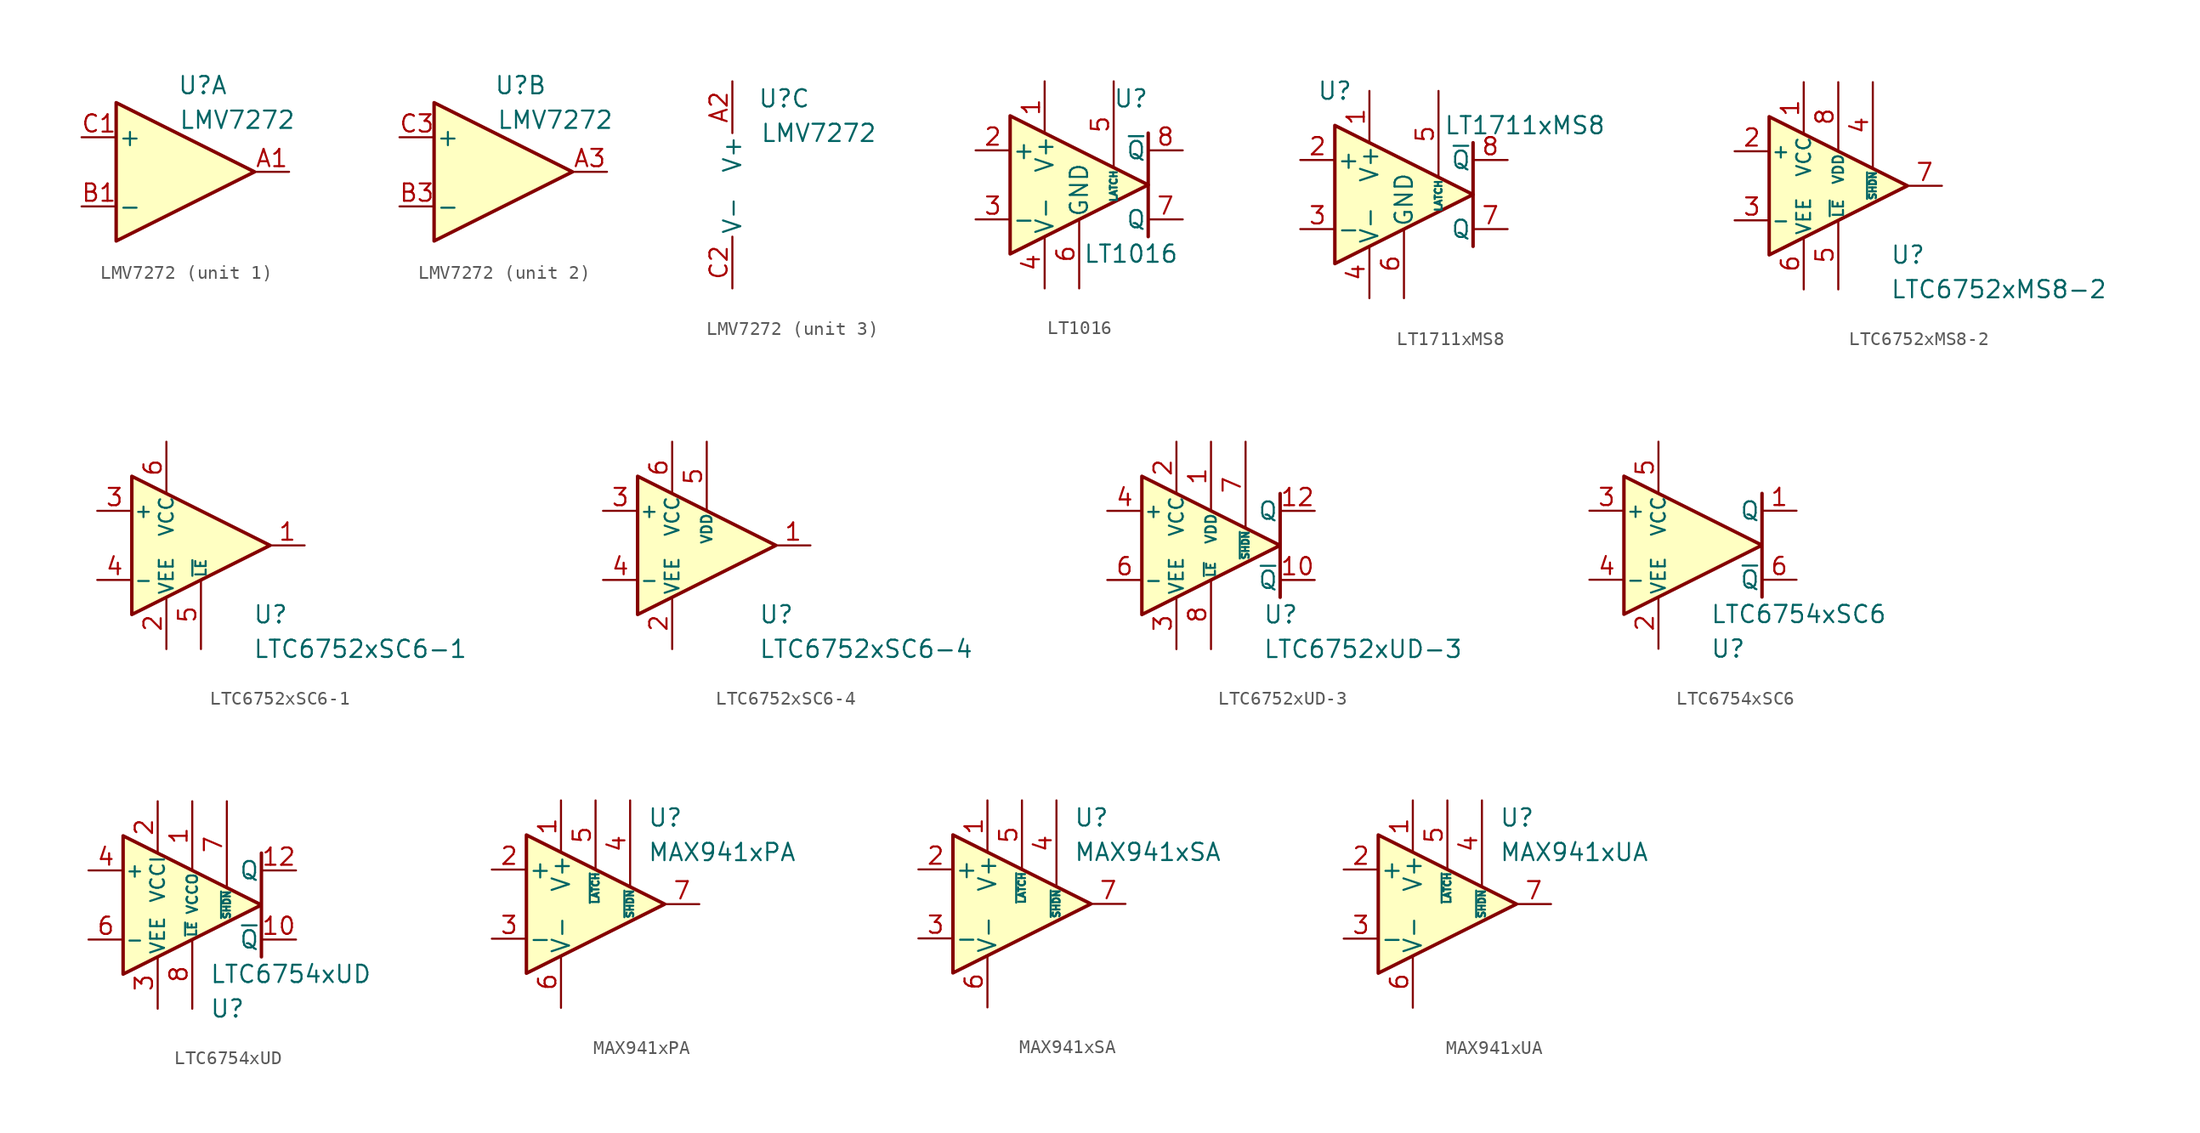
<source format=kicad_sym>
(kicad_symbol_lib
  (version 20201005)
  (generator kicad_symbol_editor)
  (symbol "Comparator:LMV7272"
    (pin_names
      (offset 0.127))
    (property "Reference" "U"
      (at 1.27 6.35 0)
      (effects (font (size 1.27 1.27))))
    (property "Value" "LMV7272"
      (at 3.81 3.81 0)
      (effects (font (size 1.27 1.27))))
    (property "ki_locked" ""
      (at 0 0 0)
      (effects (font (size 1.27 1.27))))
    (symbol "LMV7272_1_1"
      (polyline (pts (xy -5.08 5.08) (xy 5.08 0) (xy -5.08 -5.08) (xy -5.08 5.08)) (stroke (width 0.254)) (fill (type background)))
      (pin output line (at 7.62 0 180) (length 2.54) (name "~" (effects (font (size 1.27 1.27)))) (number "A1" (effects (font (size 1.27 1.27)))))
      (pin input line (at -7.62 -2.54 0) (length 2.54) (name "-" (effects (font (size 1.27 1.27)))) (number "B1" (effects (font (size 1.27 1.27)))))
      (pin input line (at -7.62 2.54 0) (length 2.54) (name "+" (effects (font (size 1.27 1.27)))) (number "C1" (effects (font (size 1.27 1.27))))))
    (symbol "LMV7272_2_1"
      (polyline (pts (xy -5.08 2.54) (xy -5.08 5.08) (xy 5.08 0) (xy -5.08 -5.08) (xy -5.08 2.54)) (stroke (width 0.254)) (fill (type background)))
      (pin output line (at 7.62 0 180) (length 2.54) (name "~" (effects (font (size 1.27 1.27)))) (number "A3" (effects (font (size 1.27 1.27)))))
      (pin input line (at -7.62 -2.54 0) (length 2.54) (name "-" (effects (font (size 1.27 1.27)))) (number "B3" (effects (font (size 1.27 1.27)))))
      (pin input line (at -7.62 2.54 0) (length 2.54) (name "+" (effects (font (size 1.27 1.27)))) (number "C3" (effects (font (size 1.27 1.27))))))
    (symbol "LMV7272_3_1"
      (pin power_in line (at -2.54 7.62 270) (length 3.81) (name "V+" (effects (font (size 1.27 1.27)))) (number "A2" (effects (font (size 1.27 1.27)))))
      (pin power_in line (at -2.54 -7.62 90) (length 3.81) (name "V-" (effects (font (size 1.27 1.27)))) (number "C2" (effects (font (size 1.27 1.27)))))))
  (symbol "Comparator:LT1016"
    (pin_names
      (offset 0.127))
    (property "Reference" "U"
      (at 3.81 6.35 0)
      (effects (font (size 1.27 1.27))))
    (property "Value" "LT1016"
      (at 3.81 -5.08 0)
      (effects (font (size 1.27 1.27))))
    (symbol "LT1016_0_1"
      (polyline (pts (xy 5.08 3.81) (xy 5.08 -3.81)) (stroke (width 0.254)) (fill (type none)))
      (polyline (pts (xy -5.08 5.08) (xy 5.08 0) (xy -5.08 -5.08) (xy -5.08 5.08)) (stroke (width 0.254)) (fill (type background))))
    (symbol "LT1016_1_1"
      (pin power_in line (at -2.54 7.62 270) (length 3.81) (name "V+" (effects (font (size 1.27 1.27)))) (number "1" (effects (font (size 1.27 1.27)))))
      (pin input line (at -7.62 2.54 0) (length 2.54) (name "+" (effects (font (size 1.27 1.27)))) (number "2" (effects (font (size 1.27 1.27)))))
      (pin input line (at -7.62 -2.54 0) (length 2.54) (name "-" (effects (font (size 1.27 1.27)))) (number "3" (effects (font (size 1.27 1.27)))))
      (pin power_in line (at -2.54 -7.62 90) (length 3.81) (name "V-" (effects (font (size 1.27 1.27)))) (number "4" (effects (font (size 1.27 1.27)))))
      (pin input line (at 2.54 7.62 270) (length 6.35) (name "LATCH" (effects (font (size 0.508 0.508)))) (number "5" (effects (font (size 1.27 1.27)))))
      (pin power_in line (at 0 -7.62 90) (length 5.08) (name "GND" (effects (font (size 1.27 1.27)))) (number "6" (effects (font (size 1.27 1.27)))))
      (pin output line (at 7.62 -2.54 180) (length 2.54) (name "Q" (effects (font (size 1.27 1.27)))) (number "7" (effects (font (size 1.27 1.27)))))
      (pin output line (at 7.62 2.54 180) (length 2.54) (name "~Q" (effects (font (size 1.27 1.27)))) (number "8" (effects (font (size 1.27 1.27)))))))
  (symbol "Comparator:LT1711xMS8"
    (pin_names
      (offset 0.127))
    (property "Reference" "U"
      (at -5.08 7.62 0)
      (effects (font (size 1.27 1.27))))
    (property "Value" "LT1711xMS8"
      (at 8.89 5.08 0)
      (effects (font (size 1.27 1.27))))
    (symbol "LT1711xMS8_0_1"
      (polyline (pts (xy 5.08 3.81) (xy 5.08 -3.81)) (stroke (width 0.254)) (fill (type none)))
      (polyline (pts (xy -5.08 5.08) (xy 5.08 0) (xy -5.08 -5.08) (xy -5.08 5.08)) (stroke (width 0.254)) (fill (type background))))
    (symbol "LT1711xMS8_1_1"
      (pin power_in line (at -2.54 7.62 270) (length 3.81) (name "V+" (effects (font (size 1.27 1.27)))) (number "1" (effects (font (size 1.27 1.27)))))
      (pin input line (at -7.62 2.54 0) (length 2.54) (name "+" (effects (font (size 1.27 1.27)))) (number "2" (effects (font (size 1.27 1.27)))))
      (pin input line (at -7.62 -2.54 0) (length 2.54) (name "-" (effects (font (size 1.27 1.27)))) (number "3" (effects (font (size 1.27 1.27)))))
      (pin power_in line (at -2.54 -7.62 90) (length 3.81) (name "V-" (effects (font (size 1.27 1.27)))) (number "4" (effects (font (size 1.27 1.27)))))
      (pin input line (at 2.54 7.62 270) (length 6.35) (name "LATCH" (effects (font (size 0.508 0.508)))) (number "5" (effects (font (size 1.27 1.27)))))
      (pin power_in line (at 0 -7.62 90) (length 5.08) (name "GND" (effects (font (size 1.27 1.27)))) (number "6" (effects (font (size 1.27 1.27)))))
      (pin output line (at 7.62 -2.54 180) (length 2.54) (name "Q" (effects (font (size 1.27 1.27)))) (number "7" (effects (font (size 1.27 1.27)))))
      (pin output line (at 7.62 2.54 180) (length 2.54) (name "~Q" (effects (font (size 1.27 1.27)))) (number "8" (effects (font (size 1.27 1.27)))))))
  (symbol "Comparator:LTC6752xMS8-2"
    (pin_names
      (offset 0.127))
    (property "Reference" "U"
      (at 3.81 -5.08 0)
      (effects (font (size 1.27 1.27)) (justify left)))
    (property "Value" "LTC6752xMS8-2"
      (at 3.81 -7.62 0)
      (effects (font (size 1.27 1.27)) (justify left)))
    (symbol "LTC6752xMS8-2_1_1"
      (polyline (pts (xy -5.08 5.08) (xy 5.08 0) (xy -5.08 -5.08) (xy -5.08 5.08)) (stroke (width 0.254)) (fill (type background)))
      (pin power_in line (at -2.54 7.62 270) (length 3.81) (name "VCC" (effects (font (size 1.016 1.016)))) (number "1" (effects (font (size 1.27 1.27)))))
      (pin input line (at -7.62 2.54 0) (length 2.54) (name "+" (effects (font (size 1.016 1.016)))) (number "2" (effects (font (size 1.27 1.27)))))
      (pin input line (at -7.62 -2.54 0) (length 2.54) (name "-" (effects (font (size 1.016 1.016)))) (number "3" (effects (font (size 1.27 1.27)))))
      (pin input line (at 2.54 7.62 270) (length 6.35) (name "~SHDN" (effects (font (size 0.508 0.508)))) (number "4" (effects (font (size 1.27 1.27)))))
      (pin input line (at 0 -7.62 90) (length 5.08) (name "~LE" (effects (font (size 0.762 0.762)))) (number "5" (effects (font (size 1.27 1.27)))))
      (pin power_in line (at -2.54 -7.62 90) (length 3.81) (name "VEE" (effects (font (size 1.016 1.016)))) (number "6" (effects (font (size 1.27 1.27)))))
      (pin output line (at 7.62 0 180) (length 2.54) (name "~" (effects (font (size 1.27 1.27)))) (number "7" (effects (font (size 1.27 1.27)))))
      (pin power_in line (at 0 7.62 270) (length 5.08) (name "VDD" (effects (font (size 0.762 0.762)))) (number "8" (effects (font (size 1.27 1.27)))))))
  (symbol "Comparator:LTC6752xSC6-1"
    (pin_names
      (offset 0.127))
    (property "Reference" "U"
      (at 3.81 -5.08 0)
      (effects (font (size 1.27 1.27)) (justify left)))
    (property "Value" "LTC6752xSC6-1"
      (at 3.81 -7.62 0)
      (effects (font (size 1.27 1.27)) (justify left)))
    (symbol "LTC6752xSC6-1_1_1"
      (polyline (pts (xy -5.08 5.08) (xy 5.08 0) (xy -5.08 -5.08) (xy -5.08 5.08)) (stroke (width 0.254)) (fill (type background)))
      (pin output line (at 7.62 0 180) (length 2.54) (name "~" (effects (font (size 1.27 1.27)))) (number "1" (effects (font (size 1.27 1.27)))))
      (pin power_in line (at -2.54 -7.62 90) (length 3.81) (name "VEE" (effects (font (size 1.016 1.016)))) (number "2" (effects (font (size 1.27 1.27)))))
      (pin input line (at -7.62 2.54 0) (length 2.54) (name "+" (effects (font (size 1.016 1.016)))) (number "3" (effects (font (size 1.27 1.27)))))
      (pin input line (at -7.62 -2.54 0) (length 2.54) (name "-" (effects (font (size 1.016 1.016)))) (number "4" (effects (font (size 1.27 1.27)))))
      (pin input line (at 0 -7.62 90) (length 5.08) (name "~LE" (effects (font (size 0.762 0.762)))) (number "5" (effects (font (size 1.27 1.27)))))
      (pin power_in line (at -2.54 7.62 270) (length 3.81) (name "VCC" (effects (font (size 1.016 1.016)))) (number "6" (effects (font (size 1.27 1.27)))))))
  (symbol "Comparator:LTC6752xSC6-4"
    (pin_names
      (offset 0.127))
    (property "Reference" "U"
      (at 3.81 -5.08 0)
      (effects (font (size 1.27 1.27)) (justify left)))
    (property "Value" "LTC6752xSC6-4"
      (at 3.81 -7.62 0)
      (effects (font (size 1.27 1.27)) (justify left)))
    (symbol "LTC6752xSC6-4_1_1"
      (polyline (pts (xy -5.08 5.08) (xy 5.08 0) (xy -5.08 -5.08) (xy -5.08 5.08)) (stroke (width 0.254)) (fill (type background)))
      (pin output line (at 7.62 0 180) (length 2.54) (name "~" (effects (font (size 1.27 1.27)))) (number "1" (effects (font (size 1.27 1.27)))))
      (pin power_in line (at -2.54 -7.62 90) (length 3.81) (name "VEE" (effects (font (size 1.016 1.016)))) (number "2" (effects (font (size 1.27 1.27)))))
      (pin input line (at -7.62 2.54 0) (length 2.54) (name "+" (effects (font (size 1.016 1.016)))) (number "3" (effects (font (size 1.27 1.27)))))
      (pin input line (at -7.62 -2.54 0) (length 2.54) (name "-" (effects (font (size 1.016 1.016)))) (number "4" (effects (font (size 1.27 1.27)))))
      (pin power_in line (at 0 7.62 270) (length 5.08) (name "VDD" (effects (font (size 0.762 0.762)))) (number "5" (effects (font (size 1.27 1.27)))))
      (pin power_in line (at -2.54 7.62 270) (length 3.81) (name "VCC" (effects (font (size 1.016 1.016)))) (number "6" (effects (font (size 1.27 1.27)))))))
  (symbol "Comparator:LTC6752xUD-3"
    (pin_names
      (offset 0.127))
    (property "Reference" "U"
      (at 3.81 -5.08 0)
      (effects (font (size 1.27 1.27)) (justify left)))
    (property "Value" "LTC6752xUD-3"
      (at 3.81 -7.62 0)
      (effects (font (size 1.27 1.27)) (justify left)))
    (symbol "LTC6752xUD-3_0_1"
      (polyline (pts (xy 5.08 3.81) (xy 5.08 0) (xy -5.08 5.08) (xy -5.08 -5.08) (xy 5.08 0) (xy 5.08 -3.81)) (stroke (width 0.254)) (fill (type background))))
    (symbol "LTC6752xUD-3_1_1"
      (pin power_in line (at 0 7.62 270) (length 5.08) (name "VDD" (effects (font (size 0.762 0.762)))) (number "1" (effects (font (size 1.27 1.27)))))
      (pin output line (at 7.62 -2.54 180) (length 2.54) (name "~Q" (effects (font (size 1.27 1.27)))) (number "10" (effects (font (size 1.27 1.27)))))
      (pin no_connect line (at 5.08 0 180) (length 2.54) hide (name "NC" (effects (font (size 1.27 1.27)))) (number "11" (effects (font (size 1.27 1.27)))))
      (pin output line (at 7.62 2.54 180) (length 2.54) (name "Q" (effects (font (size 1.27 1.27)))) (number "12" (effects (font (size 1.27 1.27)))))
      (pin passive line (at -2.54 -7.62 90) (length 3.81) hide (name "VEE" (effects (font (size 1.016 1.016)))) (number "13" (effects (font (size 1.27 1.27)))))
      (pin power_in line (at -2.54 7.62 270) (length 3.81) (name "VCC" (effects (font (size 1.016 1.016)))) (number "2" (effects (font (size 1.27 1.27)))))
      (pin power_in line (at -2.54 -7.62 90) (length 3.81) (name "VEE" (effects (font (size 1.016 1.016)))) (number "3" (effects (font (size 1.27 1.27)))))
      (pin input line (at -7.62 2.54 0) (length 2.54) (name "+" (effects (font (size 1.016 1.016)))) (number "4" (effects (font (size 1.27 1.27)))))
      (pin no_connect line (at -5.08 0 0) (length 2.54) hide (name "NC" (effects (font (size 1.27 1.27)))) (number "5" (effects (font (size 1.27 1.27)))))
      (pin input line (at -7.62 -2.54 0) (length 2.54) (name "-" (effects (font (size 1.016 1.016)))) (number "6" (effects (font (size 1.27 1.27)))))
      (pin input line (at 2.54 7.62 270) (length 6.35) (name "~SHDN" (effects (font (size 0.508 0.508)))) (number "7" (effects (font (size 1.27 1.27)))))
      (pin input line (at 0 -7.62 90) (length 5.08) (name "~LE" (effects (font (size 0.635 0.635)))) (number "8" (effects (font (size 1.27 1.27)))))
      (pin passive line (at -2.54 -7.62 90) (length 3.81) hide (name "VEE" (effects (font (size 1.016 1.016)))) (number "9" (effects (font (size 1.27 1.27)))))))
  (symbol "Comparator:LTC6754xSC6"
    (pin_names
      (offset 0.127))
    (property "Reference" "U"
      (at 1.27 -7.62 0)
      (effects (font (size 1.27 1.27)) (justify left)))
    (property "Value" "LTC6754xSC6"
      (at 1.27 -5.08 0)
      (effects (font (size 1.27 1.27)) (justify left)))
    (symbol "LTC6754xSC6_0_1"
      (polyline (pts (xy 5.08 3.81) (xy 5.08 0) (xy -5.08 5.08) (xy -5.08 -5.08) (xy 5.08 0) (xy 5.08 -3.81)) (stroke (width 0.254)) (fill (type background))))
    (symbol "LTC6754xSC6_1_1"
      (pin output line (at 7.62 2.54 180) (length 2.54) (name "Q" (effects (font (size 1.27 1.27)))) (number "1" (effects (font (size 1.27 1.27)))))
      (pin power_in line (at -2.54 -7.62 90) (length 3.81) (name "VEE" (effects (font (size 1.016 1.016)))) (number "2" (effects (font (size 1.27 1.27)))))
      (pin input line (at -7.62 2.54 0) (length 2.54) (name "+" (effects (font (size 1.016 1.016)))) (number "3" (effects (font (size 1.27 1.27)))))
      (pin input line (at -7.62 -2.54 0) (length 2.54) (name "-" (effects (font (size 1.016 1.016)))) (number "4" (effects (font (size 1.27 1.27)))))
      (pin power_in line (at -2.54 7.62 270) (length 3.81) (name "VCC" (effects (font (size 1.016 1.016)))) (number "5" (effects (font (size 1.27 1.27)))))
      (pin output line (at 7.62 -2.54 180) (length 2.54) (name "~Q" (effects (font (size 1.27 1.27)))) (number "6" (effects (font (size 1.27 1.27)))))))
  (symbol "Comparator:LTC6754xUD"
    (pin_names
      (offset 0.127))
    (property "Reference" "U"
      (at 1.27 -7.62 0)
      (effects (font (size 1.27 1.27)) (justify left)))
    (property "Value" "LTC6754xUD"
      (at 1.27 -5.08 0)
      (effects (font (size 1.27 1.27)) (justify left)))
    (symbol "LTC6754xUD_0_1"
      (polyline (pts (xy 5.08 3.81) (xy 5.08 0) (xy -5.08 5.08) (xy -5.08 -5.08) (xy 5.08 0) (xy 5.08 -3.81)) (stroke (width 0.254)) (fill (type background))))
    (symbol "LTC6754xUD_1_1"
      (pin power_in line (at 0 7.62 270) (length 5.08) (name "VCCO" (effects (font (size 0.762 0.762)))) (number "1" (effects (font (size 1.27 1.27)))))
      (pin output line (at 7.62 -2.54 180) (length 2.54) (name "~Q" (effects (font (size 1.27 1.27)))) (number "10" (effects (font (size 1.27 1.27)))))
      (pin no_connect line (at 5.08 0 180) (length 2.54) hide (name "NC" (effects (font (size 1.27 1.27)))) (number "11" (effects (font (size 1.27 1.27)))))
      (pin output line (at 7.62 2.54 180) (length 2.54) (name "Q" (effects (font (size 1.27 1.27)))) (number "12" (effects (font (size 1.27 1.27)))))
      (pin passive line (at -2.54 -7.62 90) (length 3.81) hide (name "VEE" (effects (font (size 1.016 1.016)))) (number "13" (effects (font (size 1.27 1.27)))))
      (pin power_in line (at -2.54 7.62 270) (length 3.81) (name "VCCI" (effects (font (size 1.016 1.016)))) (number "2" (effects (font (size 1.27 1.27)))))
      (pin power_in line (at -2.54 -7.62 90) (length 3.81) (name "VEE" (effects (font (size 1.016 1.016)))) (number "3" (effects (font (size 1.27 1.27)))))
      (pin input line (at -7.62 2.54 0) (length 2.54) (name "+" (effects (font (size 1.016 1.016)))) (number "4" (effects (font (size 1.27 1.27)))))
      (pin no_connect line (at -5.08 0 0) (length 2.54) hide (name "NC" (effects (font (size 1.27 1.27)))) (number "5" (effects (font (size 1.27 1.27)))))
      (pin input line (at -7.62 -2.54 0) (length 2.54) (name "-" (effects (font (size 1.016 1.016)))) (number "6" (effects (font (size 1.27 1.27)))))
      (pin input line (at 2.54 7.62 270) (length 6.35) (name "~SHDN" (effects (font (size 0.508 0.508)))) (number "7" (effects (font (size 1.27 1.27)))))
      (pin input line (at 0 -7.62 90) (length 5.08) (name "~LE" (effects (font (size 0.635 0.635)))) (number "8" (effects (font (size 1.27 1.27)))))
      (pin passive line (at -2.54 -7.62 90) (length 3.81) hide (name "VEE" (effects (font (size 1.016 1.016)))) (number "9" (effects (font (size 1.27 1.27)))))))
  (symbol "Comparator:MAX941xPA"
    (pin_names
      (offset 0.127))
    (property "Reference" "U"
      (at 3.81 6.35 0)
      (effects (font (size 1.27 1.27)) (justify left)))
    (property "Value" "MAX941xPA"
      (at 3.81 3.81 0)
      (effects (font (size 1.27 1.27)) (justify left)))
    (symbol "MAX941xPA_0_1"
      (polyline (pts (xy -5.08 5.08) (xy -5.08 -5.08) (xy 5.08 0) (xy -5.08 5.08)) (stroke (width 0.254)) (fill (type background))))
    (symbol "MAX941xPA_1_1"
      (pin power_in line (at -2.54 7.62 270) (length 3.81) (name "V+" (effects (font (size 1.27 1.27)))) (number "1" (effects (font (size 1.27 1.27)))))
      (pin input line (at -7.62 2.54 0) (length 2.54) (name "+" (effects (font (size 1.27 1.27)))) (number "2" (effects (font (size 1.27 1.27)))))
      (pin input line (at -7.62 -2.54 0) (length 2.54) (name "-" (effects (font (size 1.27 1.27)))) (number "3" (effects (font (size 1.27 1.27)))))
      (pin input line (at 2.54 7.62 270) (length 6.35) (name "~SHDN" (effects (font (size 0.508 0.508)))) (number "4" (effects (font (size 1.27 1.27)))))
      (pin input line (at 0 7.62 270) (length 5.08) (name "~LATCH" (effects (font (size 0.508 0.508)))) (number "5" (effects (font (size 1.27 1.27)))))
      (pin power_in line (at -2.54 -7.62 90) (length 3.81) (name "V-" (effects (font (size 1.27 1.27)))) (number "6" (effects (font (size 1.27 1.27)))))
      (pin output line (at 7.62 0 180) (length 2.54) (name "~" (effects (font (size 1.27 1.27)))) (number "7" (effects (font (size 1.27 1.27)))))
      (pin no_connect line (at 0 -2.54 90) (length 2.54) hide (name "NC" (effects (font (size 0.508 0.508)))) (number "8" (effects (font (size 1.27 1.27)))))))
  (symbol "Comparator:MAX941xSA"
    (pin_names
      (offset 0.127))
    (property "Reference" "U"
      (at 3.81 6.35 0)
      (effects (font (size 1.27 1.27)) (justify left)))
    (property "Value" "MAX941xSA"
      (at 3.81 3.81 0)
      (effects (font (size 1.27 1.27)) (justify left)))
    (symbol "MAX941xSA_0_1"
      (polyline (pts (xy -5.08 5.08) (xy -5.08 -5.08) (xy 5.08 0) (xy -5.08 5.08)) (stroke (width 0.254)) (fill (type background))))
    (symbol "MAX941xSA_1_1"
      (pin power_in line (at -2.54 7.62 270) (length 3.81) (name "V+" (effects (font (size 1.27 1.27)))) (number "1" (effects (font (size 1.27 1.27)))))
      (pin input line (at -7.62 2.54 0) (length 2.54) (name "+" (effects (font (size 1.27 1.27)))) (number "2" (effects (font (size 1.27 1.27)))))
      (pin input line (at -7.62 -2.54 0) (length 2.54) (name "-" (effects (font (size 1.27 1.27)))) (number "3" (effects (font (size 1.27 1.27)))))
      (pin input line (at 2.54 7.62 270) (length 6.35) (name "~SHDN" (effects (font (size 0.508 0.508)))) (number "4" (effects (font (size 1.27 1.27)))))
      (pin input line (at 0 7.62 270) (length 5.08) (name "~LATCH" (effects (font (size 0.508 0.508)))) (number "5" (effects (font (size 1.27 1.27)))))
      (pin power_in line (at -2.54 -7.62 90) (length 3.81) (name "V-" (effects (font (size 1.27 1.27)))) (number "6" (effects (font (size 1.27 1.27)))))
      (pin output line (at 7.62 0 180) (length 2.54) (name "~" (effects (font (size 1.27 1.27)))) (number "7" (effects (font (size 1.27 1.27)))))
      (pin no_connect line (at 0 -2.54 90) (length 2.54) hide (name "NC" (effects (font (size 0.508 0.508)))) (number "8" (effects (font (size 1.27 1.27)))))))
  (symbol "Comparator:MAX941xUA"
    (pin_names
      (offset 0.127))
    (property "Reference" "U"
      (at 3.81 6.35 0)
      (effects (font (size 1.27 1.27)) (justify left)))
    (property "Value" "MAX941xUA"
      (at 3.81 3.81 0)
      (effects (font (size 1.27 1.27)) (justify left)))
    (symbol "MAX941xUA_0_1"
      (polyline (pts (xy -5.08 5.08) (xy -5.08 -5.08) (xy 5.08 0) (xy -5.08 5.08)) (stroke (width 0.254)) (fill (type background))))
    (symbol "MAX941xUA_1_1"
      (pin power_in line (at -2.54 7.62 270) (length 3.81) (name "V+" (effects (font (size 1.27 1.27)))) (number "1" (effects (font (size 1.27 1.27)))))
      (pin input line (at -7.62 2.54 0) (length 2.54) (name "+" (effects (font (size 1.27 1.27)))) (number "2" (effects (font (size 1.27 1.27)))))
      (pin input line (at -7.62 -2.54 0) (length 2.54) (name "-" (effects (font (size 1.27 1.27)))) (number "3" (effects (font (size 1.27 1.27)))))
      (pin input line (at 2.54 7.62 270) (length 6.35) (name "~SHDN" (effects (font (size 0.508 0.508)))) (number "4" (effects (font (size 1.27 1.27)))))
      (pin input line (at 0 7.62 270) (length 5.08) (name "~LATCH" (effects (font (size 0.508 0.508)))) (number "5" (effects (font (size 1.27 1.27)))))
      (pin power_in line (at -2.54 -7.62 90) (length 3.81) (name "V-" (effects (font (size 1.27 1.27)))) (number "6" (effects (font (size 1.27 1.27)))))
      (pin output line (at 7.62 0 180) (length 2.54) (name "~" (effects (font (size 1.27 1.27)))) (number "7" (effects (font (size 1.27 1.27)))))
      (pin no_connect line (at 0 -2.54 90) (length 2.54) hide (name "NC" (effects (font (size 0.508 0.508)))) (number "8" (effects (font (size 1.27 1.27))))))))
</source>
